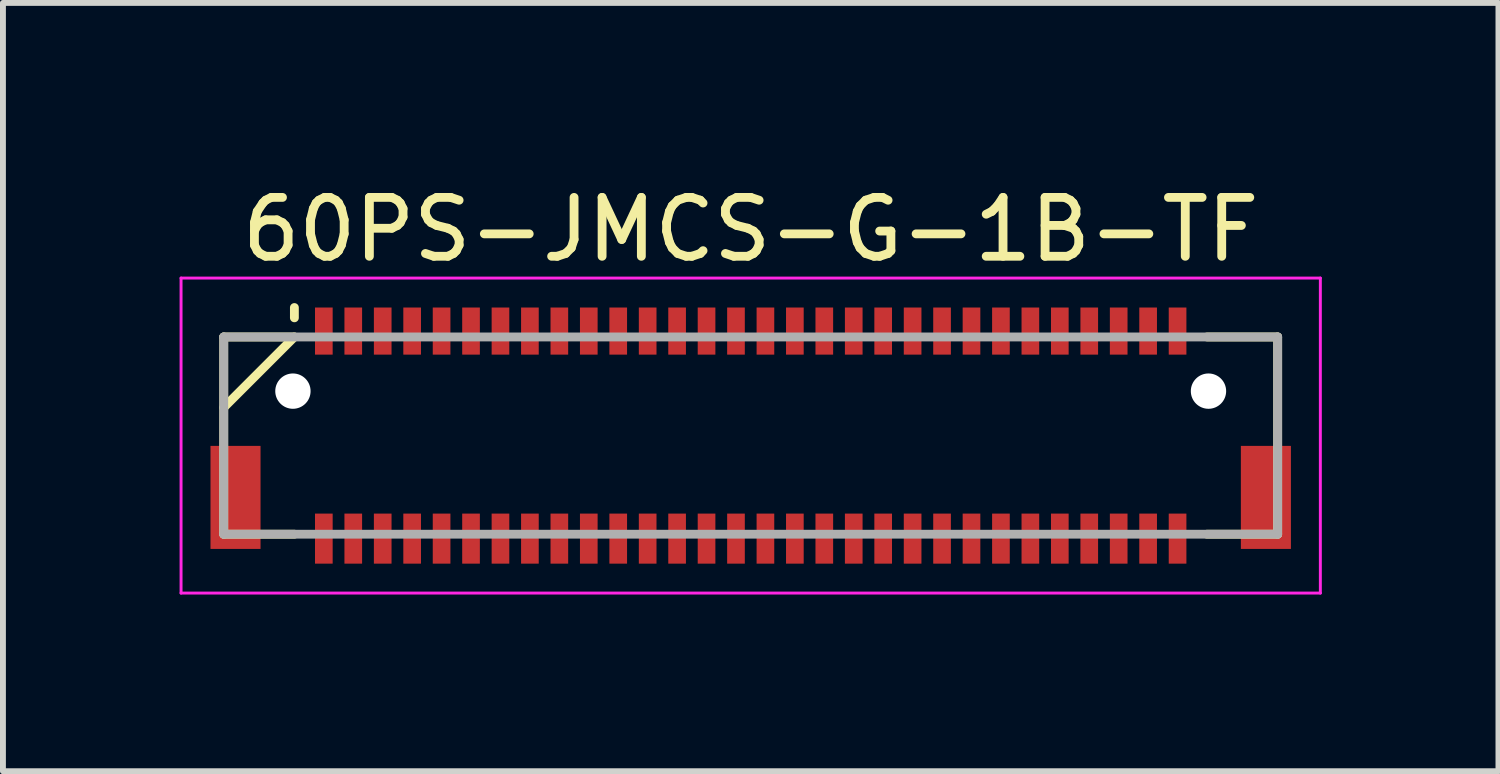
<source format=kicad_pcb>
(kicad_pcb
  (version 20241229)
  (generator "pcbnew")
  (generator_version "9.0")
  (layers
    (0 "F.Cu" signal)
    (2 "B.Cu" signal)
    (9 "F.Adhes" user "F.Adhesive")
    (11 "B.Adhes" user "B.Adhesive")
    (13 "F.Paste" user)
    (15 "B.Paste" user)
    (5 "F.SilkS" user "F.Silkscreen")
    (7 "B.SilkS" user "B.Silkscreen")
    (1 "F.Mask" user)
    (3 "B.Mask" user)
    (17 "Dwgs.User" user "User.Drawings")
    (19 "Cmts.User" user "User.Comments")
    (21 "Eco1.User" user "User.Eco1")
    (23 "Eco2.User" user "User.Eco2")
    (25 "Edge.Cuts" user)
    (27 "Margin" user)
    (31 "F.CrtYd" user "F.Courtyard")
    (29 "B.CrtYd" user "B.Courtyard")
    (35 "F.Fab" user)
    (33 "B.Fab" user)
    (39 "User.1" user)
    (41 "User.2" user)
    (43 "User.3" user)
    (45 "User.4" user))
  (footprint "60PS-JMCS-G-1B-TF"
    (layer "F.Cu")
    (at 9.7 4.348)
    (property "Reference" "60PS-JMCS-G-1B-TF" (at 0 -3.5 0) (layer "F.SilkS") (effects (font (size 1 1) (thickness 0.15))))
    (attr smd)
    (fp_line (start -8.95 -1.675) (end -8.95 1.675) (stroke (width 0.15) (type solid)) (layer "F.SilkS"))
    (fp_line (start -8.95 -1.675) (end -7.75 -1.675) (stroke (width 0.15) (type solid)) (layer "F.SilkS"))
    (fp_line (start -8.95 1.675) (end -7.75 1.675) (stroke (width 0.15) (type solid)) (layer "F.SilkS"))
    (fp_line (start -7.75 -2.175) (end -7.75 -2) (stroke (width 0.15) (type solid)) (layer "F.SilkS"))
    (fp_line (start -7.75 -1.675) (end -8.95 -0.475) (stroke (width 0.15) (type solid)) (layer "F.SilkS"))
    (fp_line (start 7.75 -1.675) (end 8.95 -1.675) (stroke (width 0.15) (type solid)) (layer "F.SilkS"))
    (fp_line (start 7.75 1.675) (end 8.95 1.675) (stroke (width 0.15) (type solid)) (layer "F.SilkS"))
    (fp_line (start 8.95 -1.675) (end 8.95 1.675) (stroke (width 0.15) (type solid)) (layer "F.SilkS"))
    (fp_line (start -9.675 -2.675) (end -9.675 2.675) (stroke (width 0.05) (type solid)) (layer "F.CrtYd"))
    (fp_line (start -9.675 -2.675) (end 9.675 -2.675) (stroke (width 0.05) (type solid)) (layer "F.CrtYd"))
    (fp_line (start -9.675 2.675) (end 9.675 2.675) (stroke (width 0.05) (type solid)) (layer "F.CrtYd"))
    (fp_line (start 9.675 -2.675) (end 9.675 2.675) (stroke (width 0.05) (type solid)) (layer "F.CrtYd"))
    (fp_line (start -8.95 -1.675) (end -8.95 1.675) (stroke (width 0.15) (type solid)) (layer "F.Fab"))
    (fp_line (start -8.95 -1.675) (end 8.95 -1.675) (stroke (width 0.15) (type solid)) (layer "F.Fab"))
    (fp_line (start -8.95 1.675) (end 8.95 1.675) (stroke (width 0.15) (type solid)) (layer "F.Fab"))
    (fp_line (start 8.95 -1.675) (end 8.95 1.675) (stroke (width 0.15) (type solid)) (layer "F.Fab"))
    (pad "" np_thru_hole circle (at -7.775 -0.755) (size 0.6 0.6) (drill 0.6) (layers "*.Cu" "*.Mask"))
    (pad "" np_thru_hole circle (at 7.775 -0.755) (size 0.6 0.6) (drill 0.6) (layers "*.Cu" "*.Mask"))
    (pad "1" smd rect (at -7.25 -1.775) (size 0.3 0.8) (layers "F.Cu" "F.Mask" "F.Paste"))
    (pad "2" smd rect (at -7.25 1.75) (size 0.3 0.85) (layers "F.Cu" "F.Mask" "F.Paste"))
    (pad "3" smd rect (at -6.75 -1.775) (size 0.3 0.8) (layers "F.Cu" "F.Mask" "F.Paste"))
    (pad "4" smd rect (at -6.75 1.75) (size 0.3 0.85) (layers "F.Cu" "F.Mask" "F.Paste"))
    (pad "5" smd rect (at -6.25 -1.775) (size 0.3 0.8) (layers "F.Cu" "F.Mask" "F.Paste"))
    (pad "6" smd rect (at -6.25 1.75) (size 0.3 0.85) (layers "F.Cu" "F.Mask" "F.Paste"))
    (pad "7" smd rect (at -5.75 -1.775) (size 0.3 0.8) (layers "F.Cu" "F.Mask" "F.Paste"))
    (pad "8" smd rect (at -5.75 1.75) (size 0.3 0.85) (layers "F.Cu" "F.Mask" "F.Paste"))
    (pad "9" smd rect (at -5.25 -1.775) (size 0.3 0.8) (layers "F.Cu" "F.Mask" "F.Paste"))
    (pad "10" smd rect (at -5.25 1.75) (size 0.3 0.85) (layers "F.Cu" "F.Mask" "F.Paste"))
    (pad "11" smd rect (at -4.75 -1.775) (size 0.3 0.8) (layers "F.Cu" "F.Mask" "F.Paste"))
    (pad "12" smd rect (at -4.75 1.75) (size 0.3 0.85) (layers "F.Cu" "F.Mask" "F.Paste"))
    (pad "13" smd rect (at -4.25 -1.775) (size 0.3 0.8) (layers "F.Cu" "F.Mask" "F.Paste"))
    (pad "14" smd rect (at -4.25 1.75) (size 0.3 0.85) (layers "F.Cu" "F.Mask" "F.Paste"))
    (pad "15" smd rect (at -3.75 -1.775) (size 0.3 0.8) (layers "F.Cu" "F.Mask" "F.Paste"))
    (pad "16" smd rect (at -3.75 1.75) (size 0.3 0.85) (layers "F.Cu" "F.Mask" "F.Paste"))
    (pad "17" smd rect (at -3.25 -1.775) (size 0.3 0.8) (layers "F.Cu" "F.Mask" "F.Paste"))
    (pad "18" smd rect (at -3.25 1.75) (size 0.3 0.85) (layers "F.Cu" "F.Mask" "F.Paste"))
    (pad "19" smd rect (at -2.75 -1.775) (size 0.3 0.8) (layers "F.Cu" "F.Mask" "F.Paste"))
    (pad "20" smd rect (at -2.75 1.75) (size 0.3 0.85) (layers "F.Cu" "F.Mask" "F.Paste"))
    (pad "21" smd rect (at -2.25 -1.775) (size 0.3 0.8) (layers "F.Cu" "F.Mask" "F.Paste"))
    (pad "22" smd rect (at -2.25 1.75) (size 0.3 0.85) (layers "F.Cu" "F.Mask" "F.Paste"))
    (pad "23" smd rect (at -1.75 -1.775) (size 0.3 0.8) (layers "F.Cu" "F.Mask" "F.Paste"))
    (pad "24" smd rect (at -1.75 1.75) (size 0.3 0.85) (layers "F.Cu" "F.Mask" "F.Paste"))
    (pad "25" smd rect (at -1.25 -1.775) (size 0.3 0.8) (layers "F.Cu" "F.Mask" "F.Paste"))
    (pad "26" smd rect (at -1.25 1.75) (size 0.3 0.85) (layers "F.Cu" "F.Mask" "F.Paste"))
    (pad "27" smd rect (at -0.75 -1.775) (size 0.3 0.8) (layers "F.Cu" "F.Mask" "F.Paste"))
    (pad "28" smd rect (at -0.75 1.75) (size 0.3 0.85) (layers "F.Cu" "F.Mask" "F.Paste"))
    (pad "29" smd rect (at -0.25 -1.775) (size 0.3 0.8) (layers "F.Cu" "F.Mask" "F.Paste"))
    (pad "30" smd rect (at -0.25 1.75) (size 0.3 0.85) (layers "F.Cu" "F.Mask" "F.Paste"))
    (pad "31" smd rect (at 0.25 -1.775) (size 0.3 0.8) (layers "F.Cu" "F.Mask" "F.Paste"))
    (pad "32" smd rect (at 0.25 1.75) (size 0.3 0.85) (layers "F.Cu" "F.Mask" "F.Paste"))
    (pad "33" smd rect (at 0.75 -1.775) (size 0.3 0.8) (layers "F.Cu" "F.Mask" "F.Paste"))
    (pad "34" smd rect (at 0.75 1.75) (size 0.3 0.85) (layers "F.Cu" "F.Mask" "F.Paste"))
    (pad "35" smd rect (at 1.25 -1.775) (size 0.3 0.8) (layers "F.Cu" "F.Mask" "F.Paste"))
    (pad "36" smd rect (at 1.25 1.75) (size 0.3 0.85) (layers "F.Cu" "F.Mask" "F.Paste"))
    (pad "37" smd rect (at 1.75 -1.775) (size 0.3 0.8) (layers "F.Cu" "F.Mask" "F.Paste"))
    (pad "38" smd rect (at 1.75 1.75) (size 0.3 0.85) (layers "F.Cu" "F.Mask" "F.Paste"))
    (pad "39" smd rect (at 2.25 -1.775) (size 0.3 0.8) (layers "F.Cu" "F.Mask" "F.Paste"))
    (pad "40" smd rect (at 2.25 1.75) (size 0.3 0.85) (layers "F.Cu" "F.Mask" "F.Paste"))
    (pad "41" smd rect (at 2.75 -1.775) (size 0.3 0.8) (layers "F.Cu" "F.Mask" "F.Paste"))
    (pad "42" smd rect (at 2.75 1.75) (size 0.3 0.85) (layers "F.Cu" "F.Mask" "F.Paste"))
    (pad "43" smd rect (at 3.25 -1.775) (size 0.3 0.8) (layers "F.Cu" "F.Mask" "F.Paste"))
    (pad "44" smd rect (at 3.25 1.75) (size 0.3 0.85) (layers "F.Cu" "F.Mask" "F.Paste"))
    (pad "45" smd rect (at 3.75 -1.775) (size 0.3 0.8) (layers "F.Cu" "F.Mask" "F.Paste"))
    (pad "46" smd rect (at 3.75 1.75) (size 0.3 0.85) (layers "F.Cu" "F.Mask" "F.Paste"))
    (pad "47" smd rect (at 4.25 -1.775) (size 0.3 0.8) (layers "F.Cu" "F.Mask" "F.Paste"))
    (pad "48" smd rect (at 4.25 1.75) (size 0.3 0.85) (layers "F.Cu" "F.Mask" "F.Paste"))
    (pad "49" smd rect (at 4.75 -1.775) (size 0.3 0.8) (layers "F.Cu" "F.Mask" "F.Paste"))
    (pad "50" smd rect (at 4.75 1.75) (size 0.3 0.85) (layers "F.Cu" "F.Mask" "F.Paste"))
    (pad "51" smd rect (at 5.25 -1.775) (size 0.3 0.8) (layers "F.Cu" "F.Mask" "F.Paste"))
    (pad "52" smd rect (at 5.25 1.75) (size 0.3 0.85) (layers "F.Cu" "F.Mask" "F.Paste"))
    (pad "53" smd rect (at 5.75 -1.775) (size 0.3 0.8) (layers "F.Cu" "F.Mask" "F.Paste"))
    (pad "54" smd rect (at 5.75 1.75) (size 0.3 0.85) (layers "F.Cu" "F.Mask" "F.Paste"))
    (pad "55" smd rect (at 6.25 -1.775) (size 0.3 0.8) (layers "F.Cu" "F.Mask" "F.Paste"))
    (pad "56" smd rect (at 6.25 1.75) (size 0.3 0.85) (layers "F.Cu" "F.Mask" "F.Paste"))
    (pad "57" smd rect (at 6.75 -1.775) (size 0.3 0.8) (layers "F.Cu" "F.Mask" "F.Paste"))
    (pad "58" smd rect (at 6.75 1.75) (size 0.3 0.85) (layers "F.Cu" "F.Mask" "F.Paste"))
    (pad "59" smd rect (at 7.25 -1.775) (size 0.3 0.8) (layers "F.Cu" "F.Mask" "F.Paste"))
    (pad "60" smd rect (at 7.25 1.75) (size 0.3 0.85) (layers "F.Cu" "F.Mask" "F.Paste"))
    (pad "S" smd rect (at -8.75 1.05) (size 0.85 1.75) (layers "F.Cu" "F.Mask" "F.Paste"))
    (pad "S" smd rect (at 8.75 1.05) (size 0.85 1.75) (layers "F.Cu" "F.Mask" "F.Paste")))
  (gr_rect
    (start -3 -3)
    (end 22.4 10.048)
    (stroke (width 0.1) (type default))
    (fill no)
    (layer "Edge.Cuts")))
</source>
